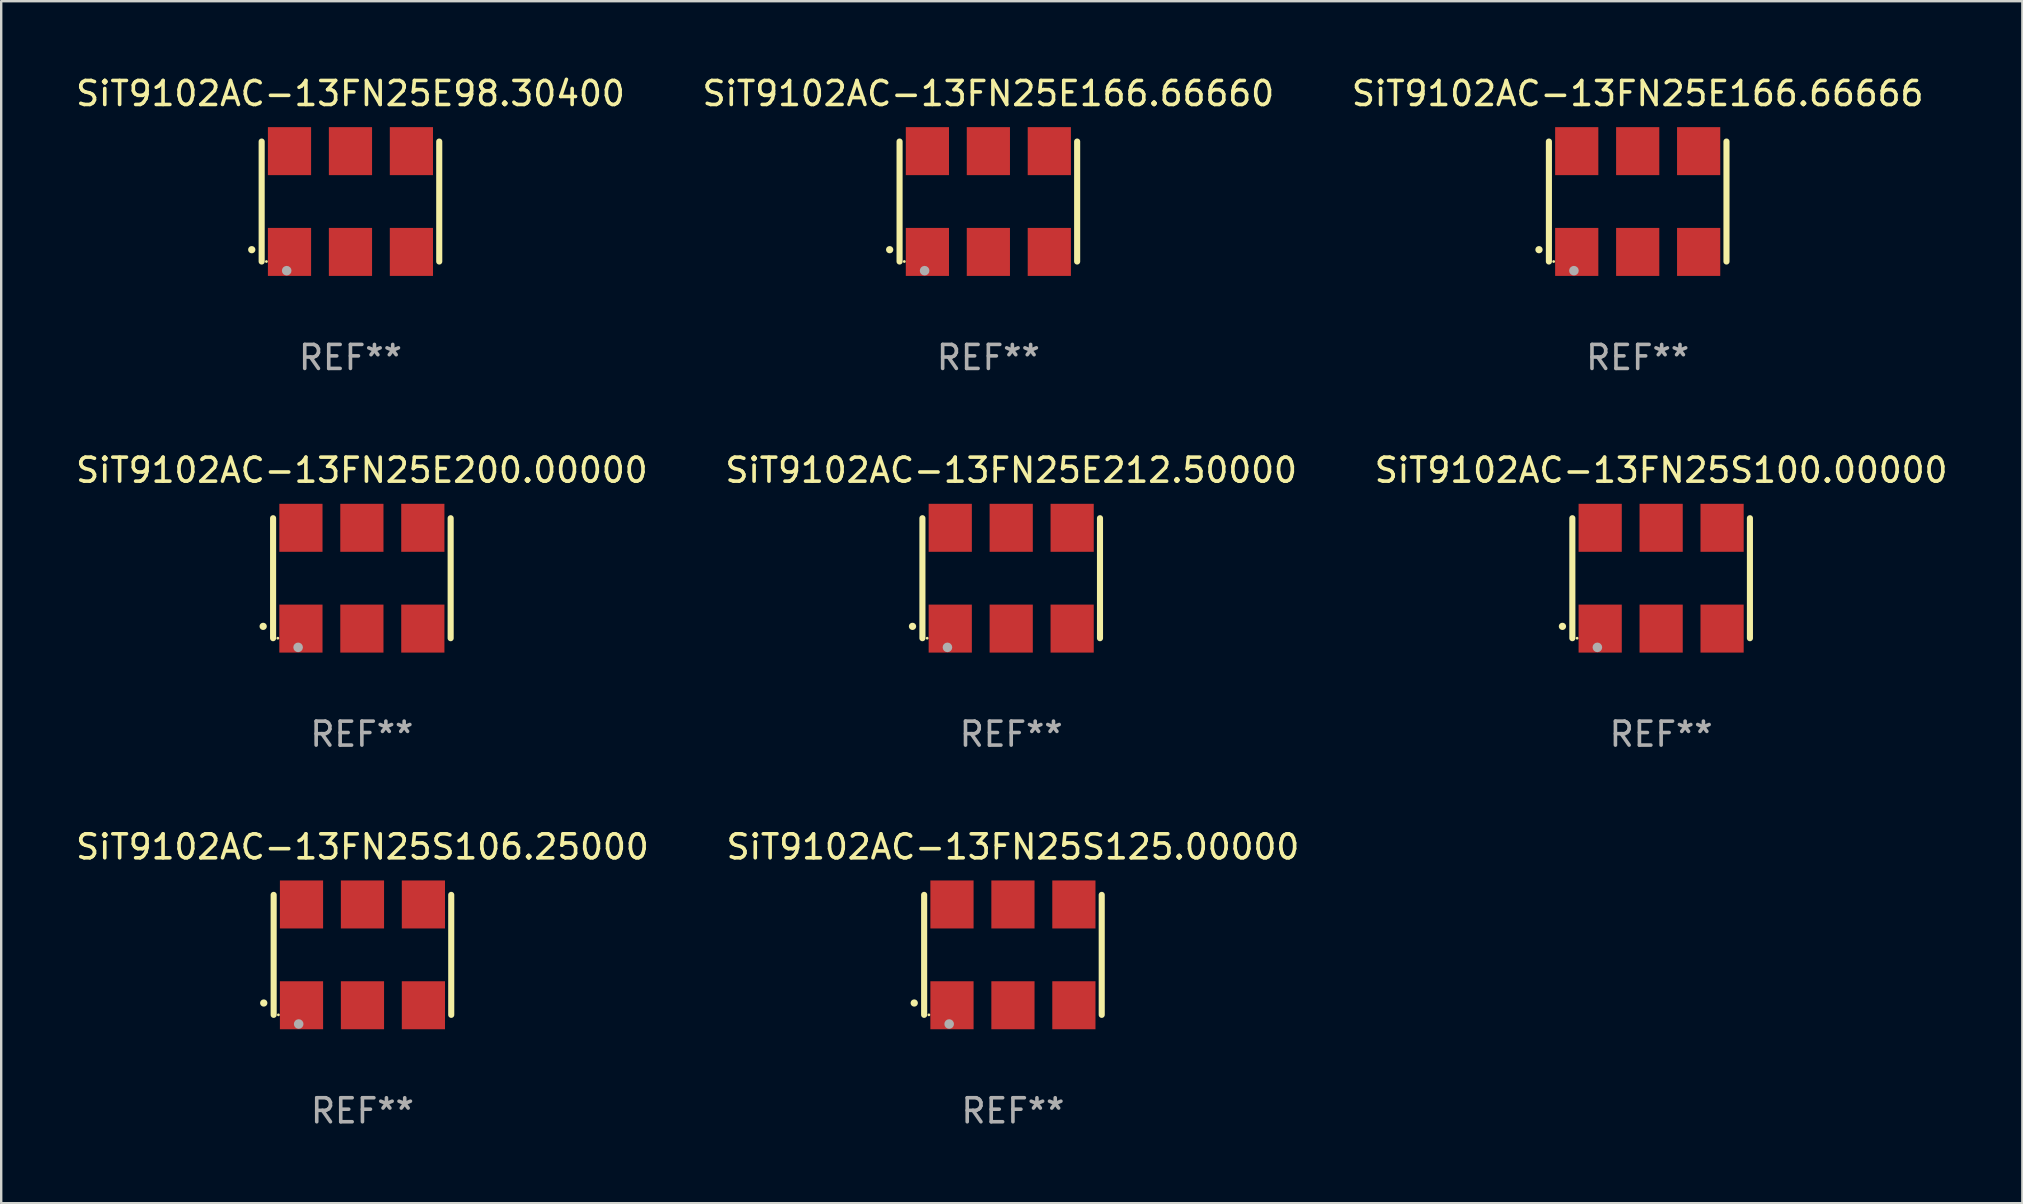
<source format=kicad_pcb>
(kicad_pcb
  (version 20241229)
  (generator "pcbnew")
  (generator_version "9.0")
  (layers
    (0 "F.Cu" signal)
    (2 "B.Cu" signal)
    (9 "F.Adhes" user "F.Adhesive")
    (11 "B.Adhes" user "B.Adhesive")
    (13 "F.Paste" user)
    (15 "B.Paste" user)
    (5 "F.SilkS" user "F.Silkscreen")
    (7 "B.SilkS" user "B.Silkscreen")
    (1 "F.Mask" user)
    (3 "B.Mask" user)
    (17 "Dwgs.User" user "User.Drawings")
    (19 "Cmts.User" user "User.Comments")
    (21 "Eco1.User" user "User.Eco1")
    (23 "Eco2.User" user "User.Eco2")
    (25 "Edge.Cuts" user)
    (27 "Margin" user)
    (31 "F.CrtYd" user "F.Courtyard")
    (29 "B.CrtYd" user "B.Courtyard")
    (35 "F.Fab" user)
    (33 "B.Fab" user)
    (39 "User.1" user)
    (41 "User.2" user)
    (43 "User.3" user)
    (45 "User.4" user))
  (footprint "SiT9102AC-13FN25S100.00000"
    (layer "F.Cu")
    (at 66.173 21.045)
    (property "Reference" "SiT9102AC-13FN25S100.00000" (at 0 -4.5 0) (layer "F.SilkS") (effects (font (size 1 1) (thickness 0.15))))
    (attr through_hole)
    (fp_line (start -3.7 -2.5) (end -3.7 2.5) (stroke (width 0.254) (type solid)) (layer "F.SilkS"))
    (fp_line (start 3.7 -2.5) (end 3.7 2.5) (stroke (width 0.254) (type solid)) (layer "F.SilkS"))
    (fp_arc (start -4.114415 2.006604) (mid -4.113145 2.006599) (end -4.111875 2.006604) (stroke (width 0.3) (type solid)) (layer "F.SilkS"))
    (fp_circle (center -3.502 2.5) (end -3.472 2.5) (stroke (width 0.06) (type solid)) (fill no) (layer "F.SilkS"))
    (fp_circle (center -2.657 2.882) (end -2.557 2.882) (stroke (width 0.2) (type solid)) (fill no) (layer "F.Fab"))
    (fp_text user "REF**" (at 0 6.5 0) (layer "F.Fab") (effects (font (size 1 1) (thickness 0.15))))
    (pad "1" smd rect (at -2.54 2.1) (size 1.8 2) (layers "F.Cu" "F.Mask" "F.Paste"))
    (pad "2" smd rect (at 0.000394 2.1) (size 1.8 2) (layers "F.Cu" "F.Mask" "F.Paste"))
    (pad "3" smd rect (at 2.54 2.1) (size 1.8 2) (layers "F.Cu" "F.Mask" "F.Paste"))
    (pad "4" smd rect (at 2.54 -2.1) (size 1.8 2) (layers "F.Cu" "F.Mask" "F.Paste"))
    (pad "5" smd rect (at 0.000394 -2.1) (size 1.8 2) (layers "F.Cu" "F.Mask" "F.Paste"))
    (pad "6" smd rect (at -2.54 -2.1) (size 1.8 2) (layers "F.Cu" "F.Mask" "F.Paste")))
  (footprint "SiT9102AC-13FN25S106.25000"
    (layer "F.Cu")
    (at 12.054 36.741)
    (property "Reference" "SiT9102AC-13FN25S106.25000" (at 0 -4.5 0) (layer "F.SilkS") (effects (font (size 1 1) (thickness 0.15))))
    (attr through_hole)
    (fp_line (start -3.7 -2.5) (end -3.7 2.5) (stroke (width 0.254) (type solid)) (layer "F.SilkS"))
    (fp_line (start 3.7 -2.5) (end 3.7 2.5) (stroke (width 0.254) (type solid)) (layer "F.SilkS"))
    (fp_arc (start -4.114415 2.006604) (mid -4.113145 2.006599) (end -4.111875 2.006604) (stroke (width 0.3) (type solid)) (layer "F.SilkS"))
    (fp_circle (center -3.502 2.5) (end -3.472 2.5) (stroke (width 0.06) (type solid)) (fill no) (layer "F.SilkS"))
    (fp_circle (center -2.657 2.882) (end -2.557 2.882) (stroke (width 0.2) (type solid)) (fill no) (layer "F.Fab"))
    (fp_text user "REF**" (at 0 6.5 0) (layer "F.Fab") (effects (font (size 1 1) (thickness 0.15))))
    (pad "1" smd rect (at -2.54 2.1) (size 1.8 2) (layers "F.Cu" "F.Mask" "F.Paste"))
    (pad "2" smd rect (at 0.000394 2.1) (size 1.8 2) (layers "F.Cu" "F.Mask" "F.Paste"))
    (pad "3" smd rect (at 2.54 2.1) (size 1.8 2) (layers "F.Cu" "F.Mask" "F.Paste"))
    (pad "4" smd rect (at 2.54 -2.1) (size 1.8 2) (layers "F.Cu" "F.Mask" "F.Paste"))
    (pad "5" smd rect (at 0.000394 -2.1) (size 1.8 2) (layers "F.Cu" "F.Mask" "F.Paste"))
    (pad "6" smd rect (at -2.54 -2.1) (size 1.8 2) (layers "F.Cu" "F.Mask" "F.Paste")))
  (footprint "SiT9102AC-13FN25E212.50000"
    (layer "F.Cu")
    (at 39.089 21.045)
    (property "Reference" "SiT9102AC-13FN25E212.50000" (at 0 -4.5 0) (layer "F.SilkS") (effects (font (size 1 1) (thickness 0.15))))
    (attr through_hole)
    (fp_line (start -3.7 -2.5) (end -3.7 2.5) (stroke (width 0.254) (type solid)) (layer "F.SilkS"))
    (fp_line (start 3.7 -2.5) (end 3.7 2.5) (stroke (width 0.254) (type solid)) (layer "F.SilkS"))
    (fp_arc (start -4.114415 2.006604) (mid -4.113145 2.006599) (end -4.111875 2.006604) (stroke (width 0.3) (type solid)) (layer "F.SilkS"))
    (fp_circle (center -3.502 2.5) (end -3.472 2.5) (stroke (width 0.06) (type solid)) (fill no) (layer "F.SilkS"))
    (fp_circle (center -2.657 2.882) (end -2.557 2.882) (stroke (width 0.2) (type solid)) (fill no) (layer "F.Fab"))
    (fp_text user "REF**" (at 0 6.5 0) (layer "F.Fab") (effects (font (size 1 1) (thickness 0.15))))
    (pad "1" smd rect (at -2.54 2.1) (size 1.8 2) (layers "F.Cu" "F.Mask" "F.Paste"))
    (pad "2" smd rect (at 0.000394 2.1) (size 1.8 2) (layers "F.Cu" "F.Mask" "F.Paste"))
    (pad "3" smd rect (at 2.54 2.1) (size 1.8 2) (layers "F.Cu" "F.Mask" "F.Paste"))
    (pad "4" smd rect (at 2.54 -2.1) (size 1.8 2) (layers "F.Cu" "F.Mask" "F.Paste"))
    (pad "5" smd rect (at 0.000394 -2.1) (size 1.8 2) (layers "F.Cu" "F.Mask" "F.Paste"))
    (pad "6" smd rect (at -2.54 -2.1) (size 1.8 2) (layers "F.Cu" "F.Mask" "F.Paste")))
  (footprint "SiT9102AC-13FN25E166.66660"
    (layer "F.Cu")
    (at 38.137 5.348)
    (property "Reference" "SiT9102AC-13FN25E166.66660" (at 0 -4.5 0) (layer "F.SilkS") (effects (font (size 1 1) (thickness 0.15))))
    (attr through_hole)
    (fp_line (start -3.7 -2.5) (end -3.7 2.5) (stroke (width 0.254) (type solid)) (layer "F.SilkS"))
    (fp_line (start 3.7 -2.5) (end 3.7 2.5) (stroke (width 0.254) (type solid)) (layer "F.SilkS"))
    (fp_arc (start -4.114415 2.006604) (mid -4.113145 2.006599) (end -4.111875 2.006604) (stroke (width 0.3) (type solid)) (layer "F.SilkS"))
    (fp_circle (center -3.502 2.5) (end -3.472 2.5) (stroke (width 0.06) (type solid)) (fill no) (layer "F.SilkS"))
    (fp_circle (center -2.657 2.882) (end -2.557 2.882) (stroke (width 0.2) (type solid)) (fill no) (layer "F.Fab"))
    (fp_text user "REF**" (at 0 6.5 0) (layer "F.Fab") (effects (font (size 1 1) (thickness 0.15))))
    (pad "1" smd rect (at -2.54 2.1) (size 1.8 2) (layers "F.Cu" "F.Mask" "F.Paste"))
    (pad "2" smd rect (at 0.000394 2.1) (size 1.8 2) (layers "F.Cu" "F.Mask" "F.Paste"))
    (pad "3" smd rect (at 2.54 2.1) (size 1.8 2) (layers "F.Cu" "F.Mask" "F.Paste"))
    (pad "4" smd rect (at 2.54 -2.1) (size 1.8 2) (layers "F.Cu" "F.Mask" "F.Paste"))
    (pad "5" smd rect (at 0.000394 -2.1) (size 1.8 2) (layers "F.Cu" "F.Mask" "F.Paste"))
    (pad "6" smd rect (at -2.54 -2.1) (size 1.8 2) (layers "F.Cu" "F.Mask" "F.Paste")))
  (footprint "SiT9102AC-13FN25E200.00000"
    (layer "F.Cu")
    (at 12.03 21.045)
    (property "Reference" "SiT9102AC-13FN25E200.00000" (at 0 -4.5 0) (layer "F.SilkS") (effects (font (size 1 1) (thickness 0.15))))
    (attr through_hole)
    (fp_line (start -3.7 -2.5) (end -3.7 2.5) (stroke (width 0.254) (type solid)) (layer "F.SilkS"))
    (fp_line (start 3.7 -2.5) (end 3.7 2.5) (stroke (width 0.254) (type solid)) (layer "F.SilkS"))
    (fp_arc (start -4.114415 2.006604) (mid -4.113145 2.006599) (end -4.111875 2.006604) (stroke (width 0.3) (type solid)) (layer "F.SilkS"))
    (fp_circle (center -3.502 2.5) (end -3.472 2.5) (stroke (width 0.06) (type solid)) (fill no) (layer "F.SilkS"))
    (fp_circle (center -2.657 2.882) (end -2.557 2.882) (stroke (width 0.2) (type solid)) (fill no) (layer "F.Fab"))
    (fp_text user "REF**" (at 0 6.5 0) (layer "F.Fab") (effects (font (size 1 1) (thickness 0.15))))
    (pad "1" smd rect (at -2.54 2.1) (size 1.8 2) (layers "F.Cu" "F.Mask" "F.Paste"))
    (pad "2" smd rect (at 0.000394 2.1) (size 1.8 2) (layers "F.Cu" "F.Mask" "F.Paste"))
    (pad "3" smd rect (at 2.54 2.1) (size 1.8 2) (layers "F.Cu" "F.Mask" "F.Paste"))
    (pad "4" smd rect (at 2.54 -2.1) (size 1.8 2) (layers "F.Cu" "F.Mask" "F.Paste"))
    (pad "5" smd rect (at 0.000394 -2.1) (size 1.8 2) (layers "F.Cu" "F.Mask" "F.Paste"))
    (pad "6" smd rect (at -2.54 -2.1) (size 1.8 2) (layers "F.Cu" "F.Mask" "F.Paste")))
  (footprint "SiT9102AC-13FN25S125.00000"
    (layer "F.Cu")
    (at 39.161 36.741)
    (property "Reference" "SiT9102AC-13FN25S125.00000" (at 0 -4.5 0) (layer "F.SilkS") (effects (font (size 1 1) (thickness 0.15))))
    (attr through_hole)
    (fp_line (start -3.7 -2.5) (end -3.7 2.5) (stroke (width 0.254) (type solid)) (layer "F.SilkS"))
    (fp_line (start 3.7 -2.5) (end 3.7 2.5) (stroke (width 0.254) (type solid)) (layer "F.SilkS"))
    (fp_arc (start -4.114415 2.006604) (mid -4.113145 2.006599) (end -4.111875 2.006604) (stroke (width 0.3) (type solid)) (layer "F.SilkS"))
    (fp_circle (center -3.502 2.5) (end -3.472 2.5) (stroke (width 0.06) (type solid)) (fill no) (layer "F.SilkS"))
    (fp_circle (center -2.657 2.882) (end -2.557 2.882) (stroke (width 0.2) (type solid)) (fill no) (layer "F.Fab"))
    (fp_text user "REF**" (at 0 6.5 0) (layer "F.Fab") (effects (font (size 1 1) (thickness 0.15))))
    (pad "1" smd rect (at -2.54 2.1) (size 1.8 2) (layers "F.Cu" "F.Mask" "F.Paste"))
    (pad "2" smd rect (at 0.000394 2.1) (size 1.8 2) (layers "F.Cu" "F.Mask" "F.Paste"))
    (pad "3" smd rect (at 2.54 2.1) (size 1.8 2) (layers "F.Cu" "F.Mask" "F.Paste"))
    (pad "4" smd rect (at 2.54 -2.1) (size 1.8 2) (layers "F.Cu" "F.Mask" "F.Paste"))
    (pad "5" smd rect (at 0.000394 -2.1) (size 1.8 2) (layers "F.Cu" "F.Mask" "F.Paste"))
    (pad "6" smd rect (at -2.54 -2.1) (size 1.8 2) (layers "F.Cu" "F.Mask" "F.Paste")))
  (footprint "SiT9102AC-13FN25E98.30400"
    (layer "F.Cu")
    (at 11.554 5.348)
    (property "Reference" "SiT9102AC-13FN25E98.30400" (at 0 -4.5 0) (layer "F.SilkS") (effects (font (size 1 1) (thickness 0.15))))
    (attr through_hole)
    (fp_line (start -3.7 -2.5) (end -3.7 2.5) (stroke (width 0.254) (type solid)) (layer "F.SilkS"))
    (fp_line (start 3.7 -2.5) (end 3.7 2.5) (stroke (width 0.254) (type solid)) (layer "F.SilkS"))
    (fp_arc (start -4.114415 2.006604) (mid -4.113145 2.006599) (end -4.111875 2.006604) (stroke (width 0.3) (type solid)) (layer "F.SilkS"))
    (fp_circle (center -3.502 2.5) (end -3.472 2.5) (stroke (width 0.06) (type solid)) (fill no) (layer "F.SilkS"))
    (fp_circle (center -2.657 2.882) (end -2.557 2.882) (stroke (width 0.2) (type solid)) (fill no) (layer "F.Fab"))
    (fp_text user "REF**" (at 0 6.5 0) (layer "F.Fab") (effects (font (size 1 1) (thickness 0.15))))
    (pad "1" smd rect (at -2.54 2.1) (size 1.8 2) (layers "F.Cu" "F.Mask" "F.Paste"))
    (pad "2" smd rect (at 0.000394 2.1) (size 1.8 2) (layers "F.Cu" "F.Mask" "F.Paste"))
    (pad "3" smd rect (at 2.54 2.1) (size 1.8 2) (layers "F.Cu" "F.Mask" "F.Paste"))
    (pad "4" smd rect (at 2.54 -2.1) (size 1.8 2) (layers "F.Cu" "F.Mask" "F.Paste"))
    (pad "5" smd rect (at 0.000394 -2.1) (size 1.8 2) (layers "F.Cu" "F.Mask" "F.Paste"))
    (pad "6" smd rect (at -2.54 -2.1) (size 1.8 2) (layers "F.Cu" "F.Mask" "F.Paste")))
  (footprint "SiT9102AC-13FN25E166.66666"
    (layer "F.Cu")
    (at 65.196 5.348)
    (property "Reference" "SiT9102AC-13FN25E166.66666" (at 0 -4.5 0) (layer "F.SilkS") (effects (font (size 1 1) (thickness 0.15))))
    (attr through_hole)
    (fp_line (start -3.7 -2.5) (end -3.7 2.5) (stroke (width 0.254) (type solid)) (layer "F.SilkS"))
    (fp_line (start 3.7 -2.5) (end 3.7 2.5) (stroke (width 0.254) (type solid)) (layer "F.SilkS"))
    (fp_arc (start -4.114415 2.006604) (mid -4.113145 2.006599) (end -4.111875 2.006604) (stroke (width 0.3) (type solid)) (layer "F.SilkS"))
    (fp_circle (center -3.502 2.5) (end -3.472 2.5) (stroke (width 0.06) (type solid)) (fill no) (layer "F.SilkS"))
    (fp_circle (center -2.657 2.882) (end -2.557 2.882) (stroke (width 0.2) (type solid)) (fill no) (layer "F.Fab"))
    (fp_text user "REF**" (at 0 6.5 0) (layer "F.Fab") (effects (font (size 1 1) (thickness 0.15))))
    (pad "1" smd rect (at -2.54 2.1) (size 1.8 2) (layers "F.Cu" "F.Mask" "F.Paste"))
    (pad "2" smd rect (at 0.000394 2.1) (size 1.8 2) (layers "F.Cu" "F.Mask" "F.Paste"))
    (pad "3" smd rect (at 2.54 2.1) (size 1.8 2) (layers "F.Cu" "F.Mask" "F.Paste"))
    (pad "4" smd rect (at 2.54 -2.1) (size 1.8 2) (layers "F.Cu" "F.Mask" "F.Paste"))
    (pad "5" smd rect (at 0.000394 -2.1) (size 1.8 2) (layers "F.Cu" "F.Mask" "F.Paste"))
    (pad "6" smd rect (at -2.54 -2.1) (size 1.8 2) (layers "F.Cu" "F.Mask" "F.Paste")))
  (gr_rect
    (start -3 -3)
    (end 81.226 47.09)
    (stroke (width 0.1) (type default))
    (fill no)
    (layer "Edge.Cuts")))
</source>
